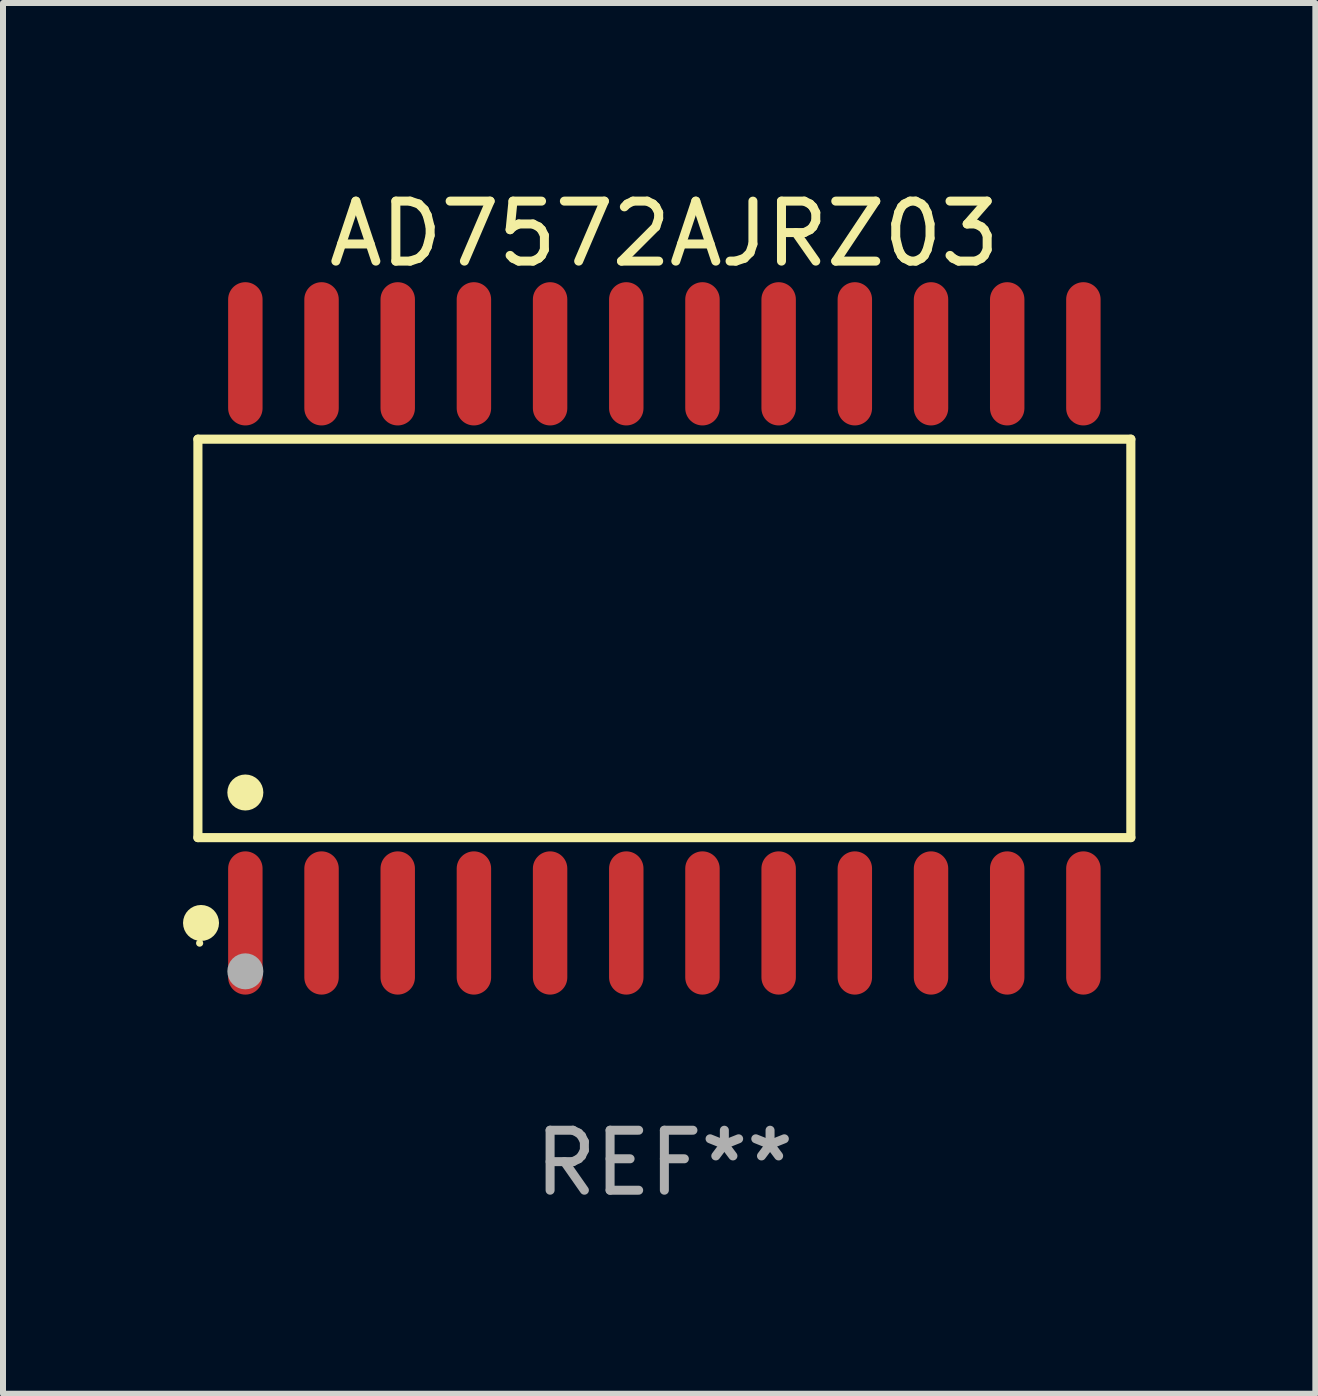
<source format=kicad_pcb>
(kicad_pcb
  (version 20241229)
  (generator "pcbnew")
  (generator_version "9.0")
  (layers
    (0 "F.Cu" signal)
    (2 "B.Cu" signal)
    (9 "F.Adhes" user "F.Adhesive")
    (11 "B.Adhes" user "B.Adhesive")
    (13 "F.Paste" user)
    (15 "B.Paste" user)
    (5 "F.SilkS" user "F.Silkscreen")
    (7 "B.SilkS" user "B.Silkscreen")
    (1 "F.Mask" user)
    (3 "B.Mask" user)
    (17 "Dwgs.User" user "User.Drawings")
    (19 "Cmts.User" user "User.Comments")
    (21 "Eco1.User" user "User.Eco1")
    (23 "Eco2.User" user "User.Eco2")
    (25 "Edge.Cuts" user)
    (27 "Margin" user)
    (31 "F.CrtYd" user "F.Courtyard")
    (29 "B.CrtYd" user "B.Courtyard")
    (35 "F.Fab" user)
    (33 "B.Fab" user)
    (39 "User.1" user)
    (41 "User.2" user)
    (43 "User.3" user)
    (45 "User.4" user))
  (footprint "AD7572AJRZ03"
    (layer "F.Cu")
    (at 8.025 7.592)
    (property "Reference" "AD7572AJRZ03" (at 0 -6.744 0) (layer "F.SilkS") (effects (font (size 1 1) (thickness 0.15))))
    (attr through_hole)
    (fp_line (start -7.776 -3.321) (end 7.776 -3.321) (stroke (width 0.152) (type solid)) (layer "F.SilkS"))
    (fp_line (start -7.776 3.321) (end -7.776 -3.321) (stroke (width 0.152) (type solid)) (layer "F.SilkS"))
    (fp_line (start 7.776 -3.321) (end 7.776 3.321) (stroke (width 0.152) (type solid)) (layer "F.SilkS"))
    (fp_line (start 7.776 3.321) (end -7.776 3.321) (stroke (width 0.152) (type solid)) (layer "F.SilkS"))
    (fp_circle (center -7.747 5.08) (end -7.717 5.08) (stroke (width 0.06) (type solid)) (fill no) (layer "F.SilkS"))
    (fp_circle (center -7.724 4.744) (end -7.574 4.744) (stroke (width 0.3) (type solid)) (fill no) (layer "F.SilkS"))
    (fp_circle (center -6.985 2.569) (end -6.835 2.569) (stroke (width 0.3) (type solid)) (fill no) (layer "F.SilkS"))
    (fp_circle (center -6.985 5.55) (end -6.835 5.55) (stroke (width 0.3) (type solid)) (fill no) (layer "F.Fab"))
    (fp_text user "REF**" (at 0 8.744 0) (layer "F.Fab") (effects (font (size 1 1) (thickness 0.15))))
    (pad "1" smd oval (at -6.985 4.744) (size 0.574 2.388) (layers "F.Cu" "F.Mask" "F.Paste"))
    (pad "2" smd oval (at -5.715 4.744) (size 0.574 2.388) (layers "F.Cu" "F.Mask" "F.Paste"))
    (pad "3" smd oval (at -4.445 4.744) (size 0.574 2.388) (layers "F.Cu" "F.Mask" "F.Paste"))
    (pad "4" smd oval (at -3.175 4.744) (size 0.574 2.388) (layers "F.Cu" "F.Mask" "F.Paste"))
    (pad "5" smd oval (at -1.905 4.744) (size 0.574 2.388) (layers "F.Cu" "F.Mask" "F.Paste"))
    (pad "6" smd oval (at -0.635 4.744) (size 0.574 2.388) (layers "F.Cu" "F.Mask" "F.Paste"))
    (pad "7" smd oval (at 0.635 4.744) (size 0.574 2.388) (layers "F.Cu" "F.Mask" "F.Paste"))
    (pad "8" smd oval (at 1.905 4.744) (size 0.574 2.388) (layers "F.Cu" "F.Mask" "F.Paste"))
    (pad "9" smd oval (at 3.175 4.744) (size 0.574 2.388) (layers "F.Cu" "F.Mask" "F.Paste"))
    (pad "10" smd oval (at 4.445 4.744) (size 0.574 2.388) (layers "F.Cu" "F.Mask" "F.Paste"))
    (pad "11" smd oval (at 5.715 4.744) (size 0.574 2.388) (layers "F.Cu" "F.Mask" "F.Paste"))
    (pad "12" smd oval (at 6.985 4.744) (size 0.574 2.388) (layers "F.Cu" "F.Mask" "F.Paste"))
    (pad "13" smd oval (at 6.985 -4.744) (size 0.574 2.388) (layers "F.Cu" "F.Mask" "F.Paste"))
    (pad "14" smd oval (at 5.715 -4.744) (size 0.574 2.388) (layers "F.Cu" "F.Mask" "F.Paste"))
    (pad "15" smd oval (at 4.445 -4.744) (size 0.574 2.388) (layers "F.Cu" "F.Mask" "F.Paste"))
    (pad "16" smd oval (at 3.175 -4.744) (size 0.574 2.388) (layers "F.Cu" "F.Mask" "F.Paste"))
    (pad "17" smd oval (at 1.905 -4.744) (size 0.574 2.388) (layers "F.Cu" "F.Mask" "F.Paste"))
    (pad "18" smd oval (at 0.635 -4.744) (size 0.574 2.388) (layers "F.Cu" "F.Mask" "F.Paste"))
    (pad "19" smd oval (at -0.635 -4.744) (size 0.574 2.388) (layers "F.Cu" "F.Mask" "F.Paste"))
    (pad "20" smd oval (at -1.905 -4.744) (size 0.574 2.388) (layers "F.Cu" "F.Mask" "F.Paste"))
    (pad "21" smd oval (at -3.175 -4.744) (size 0.574 2.388) (layers "F.Cu" "F.Mask" "F.Paste"))
    (pad "22" smd oval (at -4.445 -4.744) (size 0.574 2.388) (layers "F.Cu" "F.Mask" "F.Paste"))
    (pad "23" smd oval (at -5.715 -4.744) (size 0.574 2.388) (layers "F.Cu" "F.Mask" "F.Paste"))
    (pad "24" smd oval (at -6.985 -4.744) (size 0.574 2.388) (layers "F.Cu" "F.Mask" "F.Paste")))
  (gr_rect
    (start -3 -3)
    (end 18.877 20.184)
    (stroke (width 0.1) (type default))
    (fill no)
    (layer "Edge.Cuts")))
</source>
